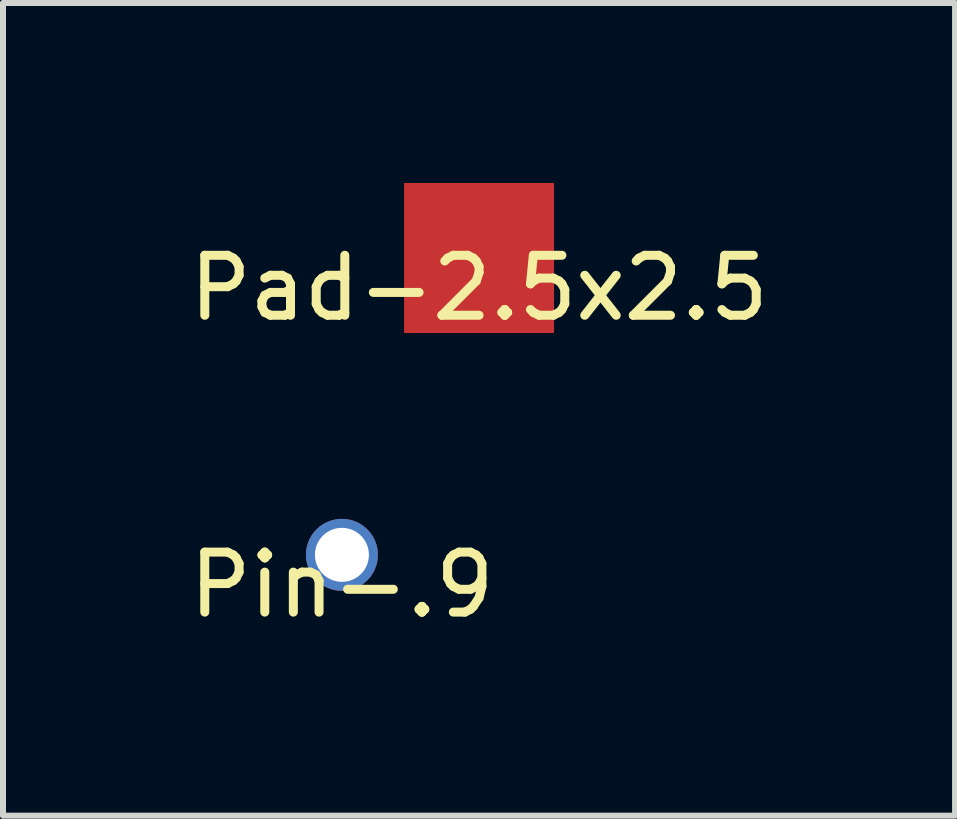
<source format=kicad_pcb>
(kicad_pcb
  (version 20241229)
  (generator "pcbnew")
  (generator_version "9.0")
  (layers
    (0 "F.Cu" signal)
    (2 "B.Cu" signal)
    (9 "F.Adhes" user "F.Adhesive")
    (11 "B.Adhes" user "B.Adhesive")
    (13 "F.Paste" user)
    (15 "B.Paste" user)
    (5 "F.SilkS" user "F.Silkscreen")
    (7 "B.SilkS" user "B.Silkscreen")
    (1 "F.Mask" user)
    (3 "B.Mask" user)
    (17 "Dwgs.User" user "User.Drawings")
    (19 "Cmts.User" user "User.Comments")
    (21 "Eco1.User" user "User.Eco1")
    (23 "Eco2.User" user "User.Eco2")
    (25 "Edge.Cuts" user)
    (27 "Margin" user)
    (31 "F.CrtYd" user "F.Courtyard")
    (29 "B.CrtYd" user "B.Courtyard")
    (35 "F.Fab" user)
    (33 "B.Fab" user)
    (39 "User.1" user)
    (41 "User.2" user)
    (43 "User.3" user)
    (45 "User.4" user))
  (footprint "Pin-.9"
    (layer "F.Cu")
    (at 2.649 6.198)
    (property "Reference" "Pin-.9" (at 0 0.5 0) (layer "F.SilkS") (effects (font (size 1 1) (thickness 0.15))))
    (attr through_hole)
    (pad "1" thru_hole circle (at 0 0) (size 1.2 1.2) (drill 0.9) (layers "*.Cu" "*.Mask")))
  (footprint "Pad-2.5x2.5"
    (layer "F.Cu")
    (at 4.935 1.25)
    (property "Reference" "Pad-2.5x2.5" (at 0 0.5 0) (layer "F.SilkS") (effects (font (size 1 1) (thickness 0.15))))
    (attr through_hole)
    (pad "1" smd rect (at 0 0) (size 2.5 2.5) (layers "F.Cu" "F.Mask" "F.Paste")))
  (gr_rect
    (start -3 -3)
    (end 12.869 10.546)
    (stroke (width 0.1) (type default))
    (fill no)
    (layer "Edge.Cuts")))
</source>
